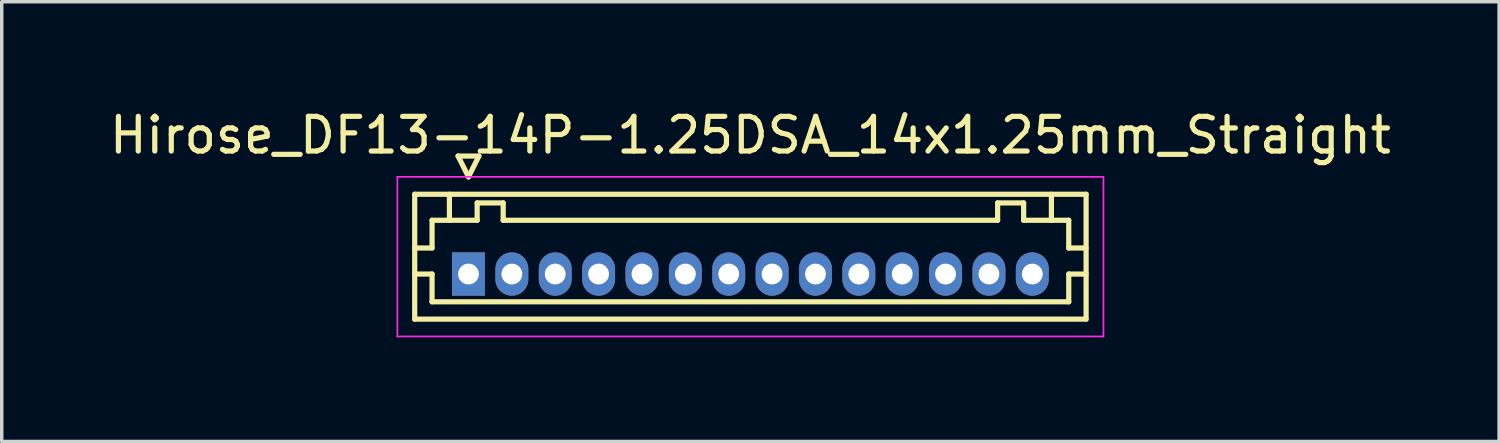
<source format=kicad_pcb>
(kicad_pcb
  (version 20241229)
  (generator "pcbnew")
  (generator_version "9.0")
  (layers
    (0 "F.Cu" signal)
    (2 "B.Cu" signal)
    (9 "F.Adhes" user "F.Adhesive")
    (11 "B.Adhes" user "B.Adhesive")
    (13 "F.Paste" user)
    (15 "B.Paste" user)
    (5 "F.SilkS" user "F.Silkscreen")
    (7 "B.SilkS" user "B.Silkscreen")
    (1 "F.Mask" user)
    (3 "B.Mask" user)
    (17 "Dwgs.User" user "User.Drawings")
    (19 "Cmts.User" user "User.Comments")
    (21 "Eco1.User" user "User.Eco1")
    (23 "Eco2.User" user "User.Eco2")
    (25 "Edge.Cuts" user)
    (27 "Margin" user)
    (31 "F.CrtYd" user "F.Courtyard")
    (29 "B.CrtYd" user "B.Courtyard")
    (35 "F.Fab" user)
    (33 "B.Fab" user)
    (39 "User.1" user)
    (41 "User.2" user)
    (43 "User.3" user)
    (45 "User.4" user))
  (footprint "Hirose_DF13-14P-1.25DSA_14x1.25mm_Straight"
    (layer "F.Cu")
    (at 10.452 4.848)
    (property "Reference" "Hirose_DF13-14P-1.25DSA_14x1.25mm_Straight" (at 8.125 -4 0) (layer "F.SilkS") (effects (font (size 1 1) (thickness 0.15))))
    (attr through_hole)
    (fp_line (start -1.55 -2.3) (end -1.55 1.3) (stroke (width 0.15) (type solid)) (layer "F.SilkS"))
    (fp_line (start -1.55 -0.75) (end -1.05 -0.75) (stroke (width 0.15) (type solid)) (layer "F.SilkS"))
    (fp_line (start -1.55 0) (end -1.05 0) (stroke (width 0.15) (type solid)) (layer "F.SilkS"))
    (fp_line (start -1.55 1.3) (end 17.8 1.3) (stroke (width 0.15) (type solid)) (layer "F.SilkS"))
    (fp_line (start -1.05 -1.55) (end -0.55 -1.55) (stroke (width 0.15) (type solid)) (layer "F.SilkS"))
    (fp_line (start -1.05 -0.75) (end -1.05 -1.55) (stroke (width 0.15) (type solid)) (layer "F.SilkS"))
    (fp_line (start -1.05 0) (end -1.05 0.8) (stroke (width 0.15) (type solid)) (layer "F.SilkS"))
    (fp_line (start -1.05 0.8) (end 17.3 0.8) (stroke (width 0.15) (type solid)) (layer "F.SilkS"))
    (fp_line (start -0.55 -1.55) (end -0.55 -2.3) (stroke (width 0.15) (type solid)) (layer "F.SilkS"))
    (fp_line (start -0.55 -1.55) (end 0.25 -1.55) (stroke (width 0.15) (type solid)) (layer "F.SilkS"))
    (fp_line (start -0.3 -3.4) (end 0.3 -3.4) (stroke (width 0.15) (type solid)) (layer "F.SilkS"))
    (fp_line (start 0 -2.8) (end -0.3 -3.4) (stroke (width 0.15) (type solid)) (layer "F.SilkS"))
    (fp_line (start 0.25 -2.05) (end 1 -2.05) (stroke (width 0.15) (type solid)) (layer "F.SilkS"))
    (fp_line (start 0.25 -1.55) (end 0.25 -2.05) (stroke (width 0.15) (type solid)) (layer "F.SilkS"))
    (fp_line (start 0.3 -3.4) (end 0 -2.8) (stroke (width 0.15) (type solid)) (layer "F.SilkS"))
    (fp_line (start 1 -2.05) (end 1 -1.55) (stroke (width 0.15) (type solid)) (layer "F.SilkS"))
    (fp_line (start 1 -1.55) (end 15.25 -1.55) (stroke (width 0.15) (type solid)) (layer "F.SilkS"))
    (fp_line (start 15.25 -2.05) (end 16 -2.05) (stroke (width 0.15) (type solid)) (layer "F.SilkS"))
    (fp_line (start 15.25 -1.55) (end 15.25 -2.05) (stroke (width 0.15) (type solid)) (layer "F.SilkS"))
    (fp_line (start 16 -2.05) (end 16 -1.55) (stroke (width 0.15) (type solid)) (layer "F.SilkS"))
    (fp_line (start 16 -1.55) (end 16.8 -1.55) (stroke (width 0.15) (type solid)) (layer "F.SilkS"))
    (fp_line (start 16.8 -1.55) (end 16.8 -2.3) (stroke (width 0.15) (type solid)) (layer "F.SilkS"))
    (fp_line (start 17.3 -1.55) (end 16.8 -1.55) (stroke (width 0.15) (type solid)) (layer "F.SilkS"))
    (fp_line (start 17.3 -0.75) (end 17.3 -1.55) (stroke (width 0.15) (type solid)) (layer "F.SilkS"))
    (fp_line (start 17.3 0) (end 17.8 0) (stroke (width 0.15) (type solid)) (layer "F.SilkS"))
    (fp_line (start 17.3 0.8) (end 17.3 0) (stroke (width 0.15) (type solid)) (layer "F.SilkS"))
    (fp_line (start 17.8 -2.3) (end -1.55 -2.3) (stroke (width 0.15) (type solid)) (layer "F.SilkS"))
    (fp_line (start 17.8 -0.75) (end 17.3 -0.75) (stroke (width 0.15) (type solid)) (layer "F.SilkS"))
    (fp_line (start 17.8 1.3) (end 17.8 -2.3) (stroke (width 0.15) (type solid)) (layer "F.SilkS"))
    (fp_line (start -2.05 -2.8) (end -2.05 1.8) (stroke (width 0.05) (type solid)) (layer "F.CrtYd"))
    (fp_line (start -2.05 1.8) (end 18.3 1.8) (stroke (width 0.05) (type solid)) (layer "F.CrtYd"))
    (fp_line (start 18.3 -2.8) (end -2.05 -2.8) (stroke (width 0.05) (type solid)) (layer "F.CrtYd"))
    (fp_line (start 18.3 1.8) (end 18.3 -2.8) (stroke (width 0.05) (type solid)) (layer "F.CrtYd"))
    (pad "1" thru_hole rect (at 0 0) (size 0.95 1.25) (drill 0.6) (layers "*.Cu" "*.Mask"))
    (pad "2" thru_hole oval (at 1.25 0) (size 0.95 1.25) (drill 0.6) (layers "*.Cu" "*.Mask"))
    (pad "3" thru_hole oval (at 2.5 0) (size 0.95 1.25) (drill 0.6) (layers "*.Cu" "*.Mask"))
    (pad "4" thru_hole oval (at 3.75 0) (size 0.95 1.25) (drill 0.6) (layers "*.Cu" "*.Mask"))
    (pad "5" thru_hole oval (at 5 0) (size 0.95 1.25) (drill 0.6) (layers "*.Cu" "*.Mask"))
    (pad "6" thru_hole oval (at 6.25 0) (size 0.95 1.25) (drill 0.6) (layers "*.Cu" "*.Mask"))
    (pad "7" thru_hole oval (at 7.5 0) (size 0.95 1.25) (drill 0.6) (layers "*.Cu" "*.Mask"))
    (pad "8" thru_hole oval (at 8.75 0) (size 0.95 1.25) (drill 0.6) (layers "*.Cu" "*.Mask"))
    (pad "9" thru_hole oval (at 10 0) (size 0.95 1.25) (drill 0.6) (layers "*.Cu" "*.Mask"))
    (pad "10" thru_hole oval (at 11.25 0) (size 0.95 1.25) (drill 0.6) (layers "*.Cu" "*.Mask"))
    (pad "11" thru_hole oval (at 12.5 0) (size 0.95 1.25) (drill 0.6) (layers "*.Cu" "*.Mask"))
    (pad "12" thru_hole oval (at 13.75 0) (size 0.95 1.25) (drill 0.6) (layers "*.Cu" "*.Mask"))
    (pad "13" thru_hole oval (at 15 0) (size 0.95 1.25) (drill 0.6) (layers "*.Cu" "*.Mask"))
    (pad "14" thru_hole oval (at 16.25 0) (size 0.95 1.25) (drill 0.6) (layers "*.Cu" "*.Mask")))
  (gr_rect
    (start -3 -3)
    (end 40.155 9.673)
    (stroke (width 0.1) (type default))
    (fill no)
    (layer "Edge.Cuts")))
</source>
